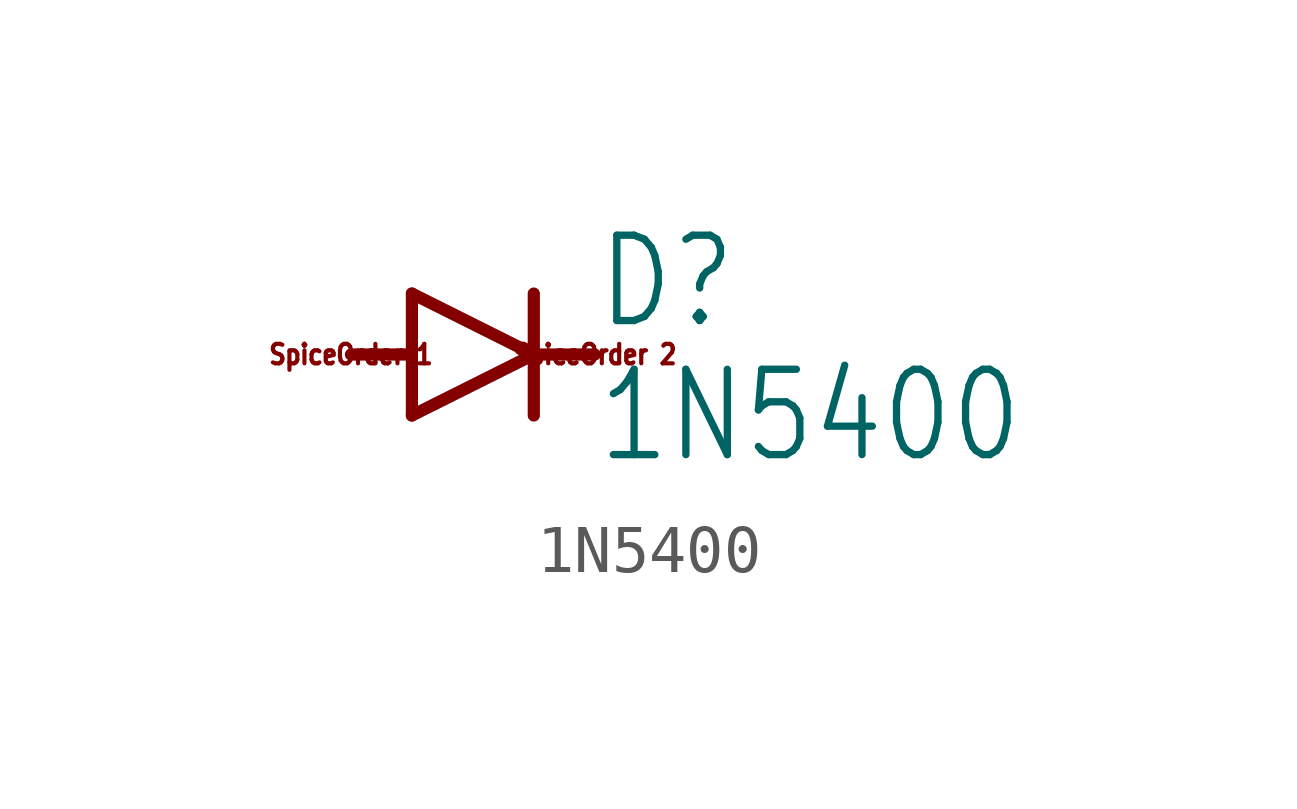
<source format=kicad_sym>
(kicad_symbol_lib
  (version 20211014)
  (generator kicad_symbol_editor)
  (symbol "1N5400"
    (property "Reference" "D"
      (at 2.54 0.483 0)
      (effects (font (size 1.778 1.511)) (justify left bottom)))
    (property "Value" "1N5400"
      (at 2.54 -2.311 0)
      (effects (font (size 1.778 1.511)) (justify left bottom)))
    (property "ki_locked" ""
      (at 0 0 0)
      (effects (font (size 1.27 1.27))))
    (symbol "1N5400_1_0"
      (polyline (pts (xy -1.27 -1.27) (xy 1.27 0)) (stroke (width 0.254) (type default) (color 0 0 0 0)) (fill (type none)))
      (polyline (pts (xy -1.27 0) (xy -2.54 0)) (stroke (width 0.254) (type default) (color 0 0 0 0)) (fill (type none)))
      (polyline (pts (xy -1.27 0) (xy -1.27 -1.27)) (stroke (width 0.254) (type default) (color 0 0 0 0)) (fill (type none)))
      (polyline (pts (xy -1.27 1.27) (xy -1.27 0)) (stroke (width 0.254) (type default) (color 0 0 0 0)) (fill (type none)))
      (polyline (pts (xy 1.27 0) (xy -1.27 1.27)) (stroke (width 0.254) (type default) (color 0 0 0 0)) (fill (type none)))
      (polyline (pts (xy 1.27 0) (xy 1.27 -1.27)) (stroke (width 0.254) (type default) (color 0 0 0 0)) (fill (type none)))
      (polyline (pts (xy 1.27 1.27) (xy 1.27 0)) (stroke (width 0.254) (type default) (color 0 0 0 0)) (fill (type none)))
      (polyline (pts (xy 2.54 0) (xy 1.27 0)) (stroke (width 0.254) (type default) (color 0 0 0 0)) (fill (type none)))
      (text "SpiceOrder 1" (at -2.54 0 0) (effects (font (size 0.406 0.345))))
      (text "SpiceOrder 2" (at 2.54 0 0) (effects (font (size 0.406 0.345))))
      (pin passive line (at -2.54 0 0) (length 0) (name "A" (effects (font (size 0 0)))) (number "A" (effects (font (size 0 0)))))
      (pin passive line (at 2.54 0 180) (length 0) (name "C" (effects (font (size 0 0)))) (number "C" (effects (font (size 0 0))))))))
</source>
